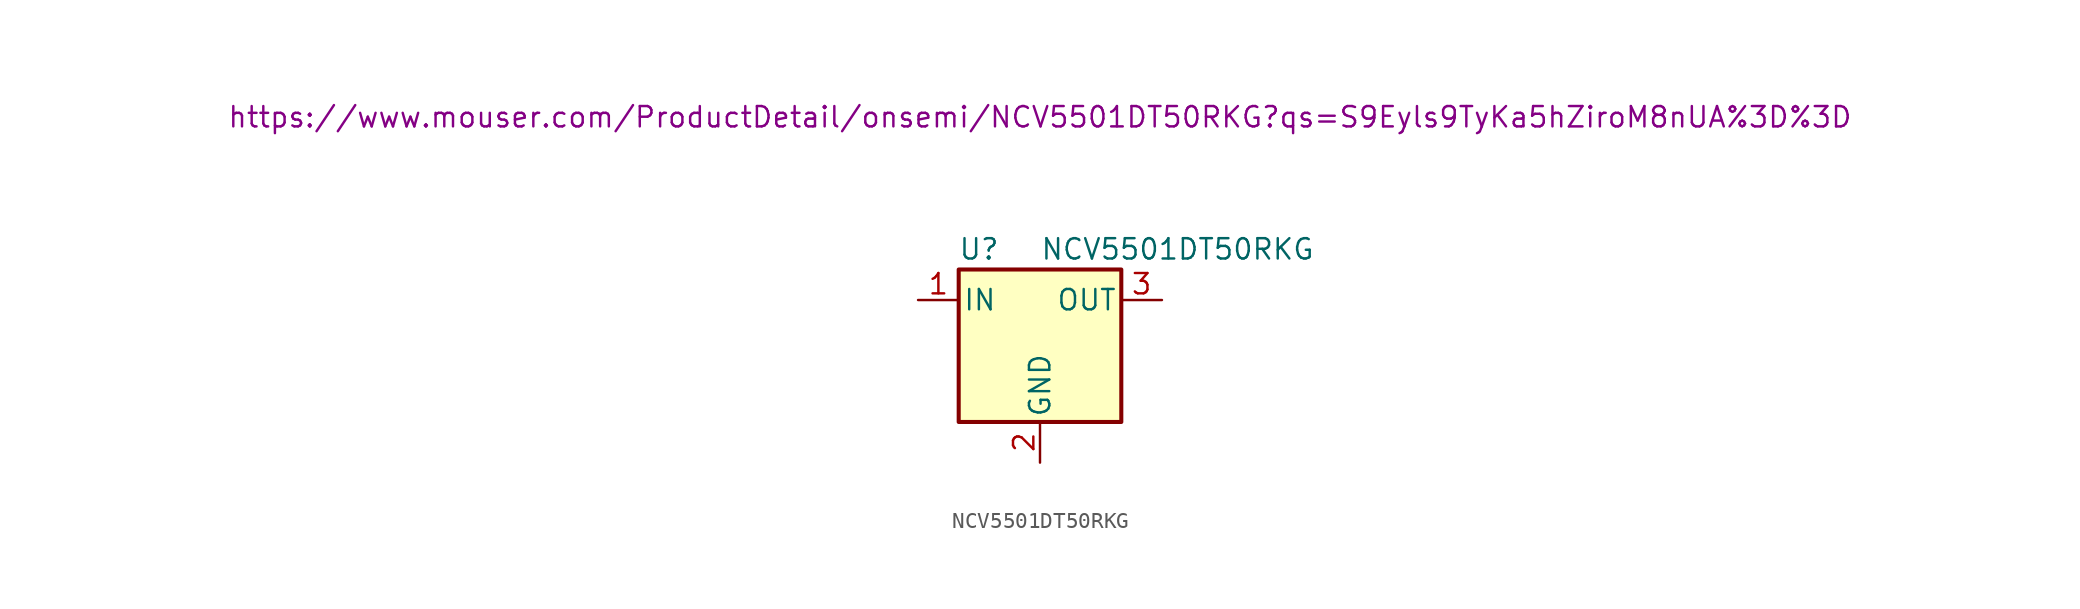
<source format=kicad_sym>
(kicad_symbol_lib
  (version 20211014)
  (generator kicad_symbol_editor)
  (symbol "NCV5501DT50RKG"
    (pin_names
      (offset 0.254))
    (property "Reference" "U"
      (at -3.81 5.715 0)
      (effects (font (size 1.27 1.27))))
    (property "Value" "NCV5501DT50RKG"
      (at 0 5.715 0)
      (effects (font (size 1.27 1.27)) (justify left)))
    (property "Mouser" "https://www.mouser.com/ProductDetail/onsemi/NCV5501DT50RKG?qs=S9Eyls9TyKa5hZiroM8nUA%3D%3D"
      (at 0 13.97 0)
      (effects (font (size 1.27 1.27))))
    (symbol "NCV5501DT50RKG_0_1"
      (rectangle (start -5.08 4.445) (end 5.08 -5.08) (stroke (width 0.254) (type default) (color 0 0 0 0)) (fill (type background))))
    (symbol "NCV5501DT50RKG_1_1"
      (pin power_in line (at -7.62 2.54 0) (length 2.54) (name "IN" (effects (font (size 1.27 1.27)))) (number "1" (effects (font (size 1.27 1.27)))))
      (pin power_in line (at 0 -7.62 90) (length 2.54) (name "GND" (effects (font (size 1.27 1.27)))) (number "2" (effects (font (size 1.27 1.27)))))
      (pin power_out line (at 7.62 2.54 180) (length 2.54) (name "OUT" (effects (font (size 1.27 1.27)))) (number "3" (effects (font (size 1.27 1.27))))))))
</source>
